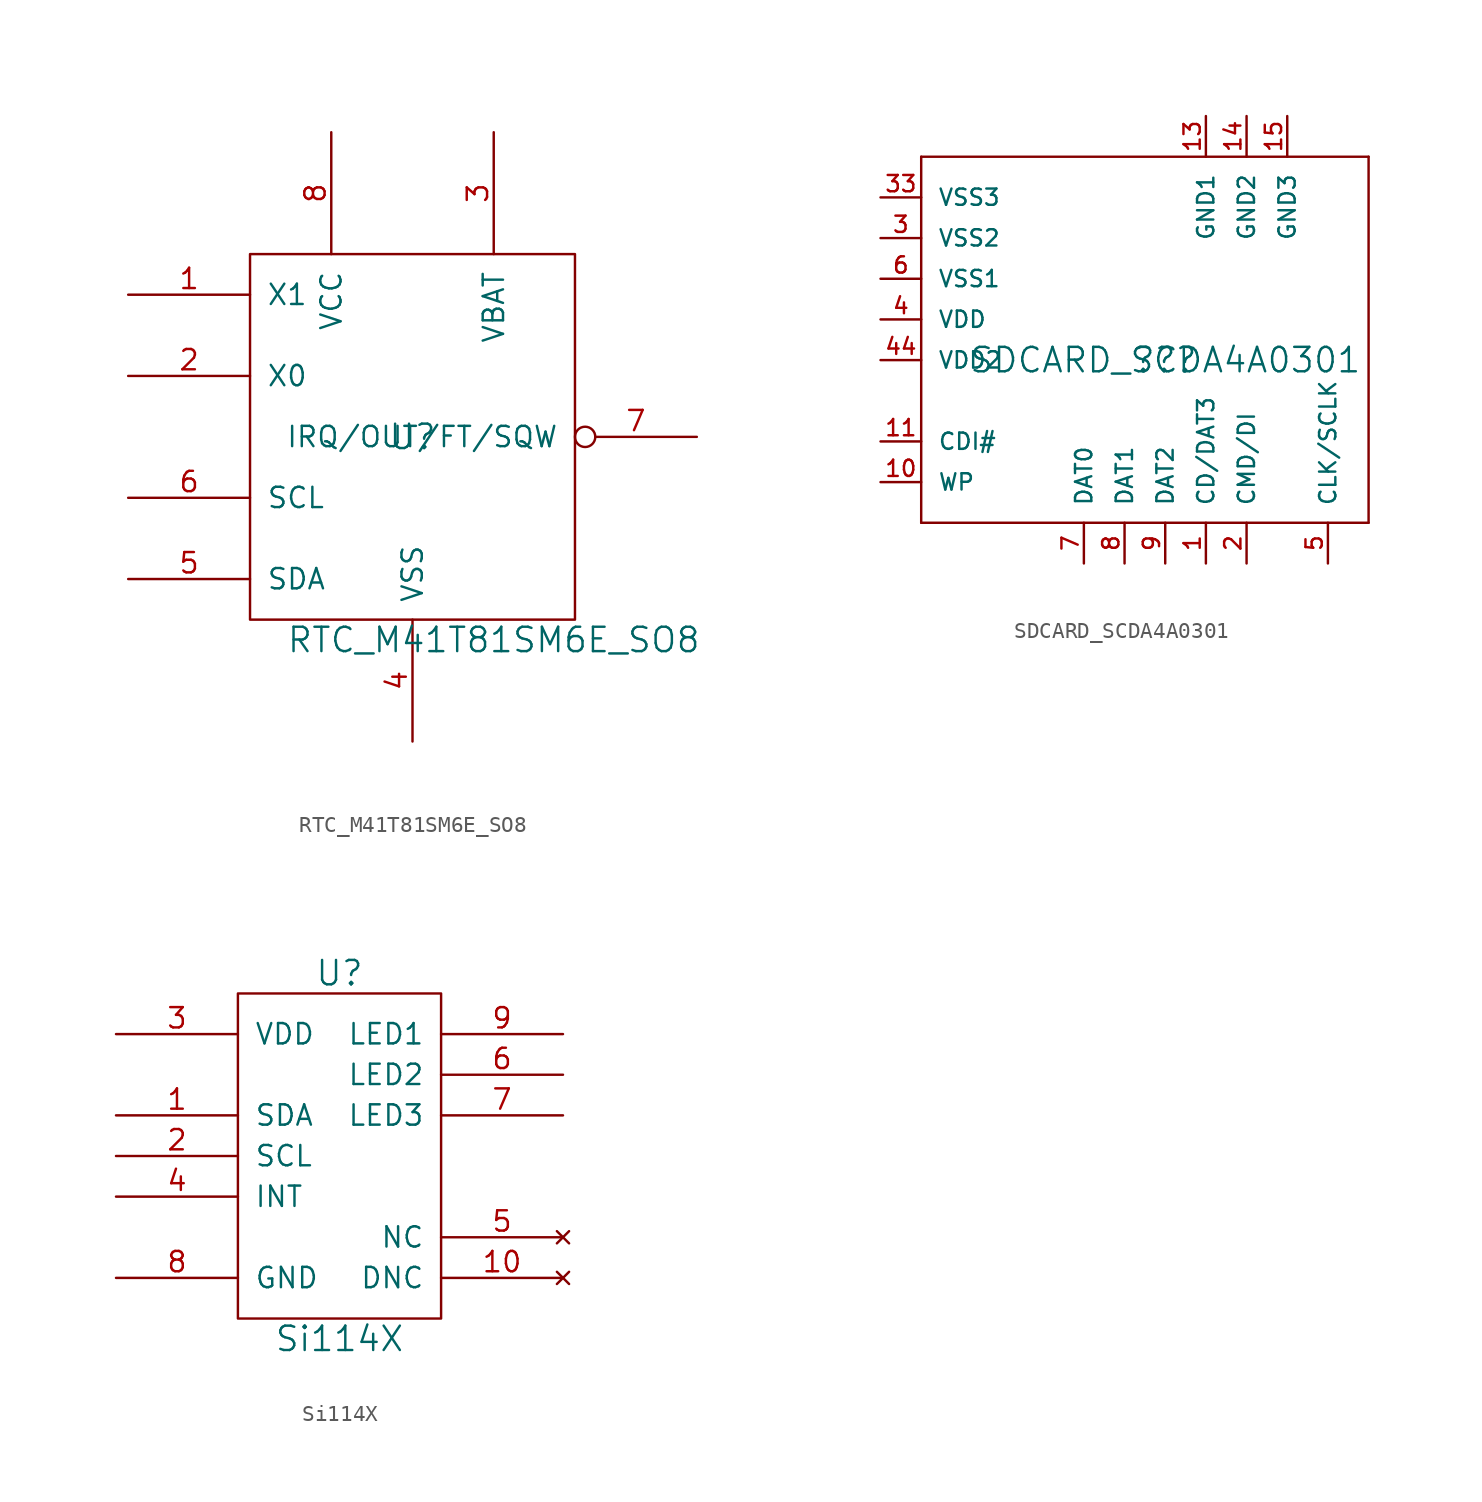
<source format=kicad_sym>
(kicad_symbol_lib
  (version 20220914)
  (generator kicad_symbol_editor)
  (symbol "RTC_M41T81SM6E_SO8"
    (pin_names
      (offset 1.016))
    (property "Reference" "U"
      (at 0 0 0)
      (effects (font (size 1.524 1.524))))
    (property "Value" "RTC_M41T81SM6E_SO8"
      (at 5.08 -12.7 0)
      (effects (font (size 1.524 1.524))))
    (property "Footprint" ""
      (at 0 0 0)
      (effects (font (size 1.524 1.524))))
    (property "Datasheet" ""
      (at 0 0 0)
      (effects (font (size 1.524 1.524))))
    (symbol "RTC_M41T81SM6E_SO8_0_1"
      (rectangle (start -10.16 11.43) (end 10.16 -11.43) (stroke (width 0) (type solid)) (fill (type none))))
    (symbol "RTC_M41T81SM6E_SO8_1_1"
      (pin input line (at -17.78 8.89 0) (length 7.62) (name "X1" (effects (font (size 1.27 1.27)))) (number "1" (effects (font (size 1.27 1.27)))))
      (pin input line (at -17.78 3.81 0) (length 7.62) (name "X0" (effects (font (size 1.27 1.27)))) (number "2" (effects (font (size 1.27 1.27)))))
      (pin input line (at 5.08 19.05 270) (length 7.62) (name "VBAT" (effects (font (size 1.27 1.27)))) (number "3" (effects (font (size 1.27 1.27)))))
      (pin input line (at 0 -19.05 90) (length 7.62) (name "VSS" (effects (font (size 1.27 1.27)))) (number "4" (effects (font (size 1.27 1.27)))))
      (pin input line (at -17.78 -8.89 0) (length 7.62) (name "SDA" (effects (font (size 1.27 1.27)))) (number "5" (effects (font (size 1.27 1.27)))))
      (pin input line (at -17.78 -3.81 0) (length 7.62) (name "SCL" (effects (font (size 1.27 1.27)))) (number "6" (effects (font (size 1.27 1.27)))))
      (pin input inverted (at 17.78 0 180) (length 7.62) (name "IRQ/OUT/FT/SQW" (effects (font (size 1.27 1.27)))) (number "7" (effects (font (size 1.27 1.27)))))
      (pin input line (at -5.08 19.05 270) (length 7.62) (name "VCC" (effects (font (size 1.27 1.27)))) (number "8" (effects (font (size 1.27 1.27)))))))
  (symbol "SDCARD_SCDA4A0301"
    (pin_names
      (offset 1.016))
    (property "Reference" "??"
      (at 0 0 0)
      (effects (font (size 1.524 1.524))))
    (property "Value" "SDCARD_SCDA4A0301"
      (at 0 0 0)
      (effects (font (size 1.524 1.524))))
    (property "Footprint" ""
      (at 0 0 0)
      (effects (font (size 1.524 1.524))))
    (property "Datasheet" ""
      (at 0 0 0)
      (effects (font (size 1.524 1.524))))
    (property "ki_locked" ""
      (at 0 0 0)
      (effects (font (size 1.27 1.27))))
    (symbol "SDCARD_SCDA4A0301_1_0"
      (polyline (pts (xy -15.24 -10.16) (xy 12.7 -10.16)) (stroke (width 0) (type solid)) (fill (type none)))
      (polyline (pts (xy -15.24 12.7) (xy -15.24 -10.16)) (stroke (width 0) (type solid)) (fill (type none)))
      (polyline (pts (xy 12.7 -10.16) (xy 12.7 12.7)) (stroke (width 0) (type solid)) (fill (type none)))
      (polyline (pts (xy 12.7 12.7) (xy -15.24 12.7)) (stroke (width 0) (type solid)) (fill (type none))))
    (symbol "SDCARD_SCDA4A0301_1_1"
      (pin bidirectional line (at 2.54 -12.7 90) (length 2.54) (name "CD/DAT3" (effects (font (size 1.016 1.016)))) (number "1" (effects (font (size 1.016 1.016)))))
      (pin output line (at -17.78 -7.62 0) (length 2.54) (name "WP" (effects (font (size 1.016 1.016)))) (number "10" (effects (font (size 1.016 1.016)))))
      (pin output line (at -17.78 -5.08 0) (length 2.54) (name "CDI#" (effects (font (size 1.016 1.016)))) (number "11" (effects (font (size 1.016 1.016)))))
      (pin power_in line (at 2.54 15.24 270) (length 2.54) (name "GND1" (effects (font (size 1.016 1.016)))) (number "13" (effects (font (size 1.016 1.016)))))
      (pin power_in line (at 5.08 15.24 270) (length 2.54) (name "GND2" (effects (font (size 1.016 1.016)))) (number "14" (effects (font (size 1.016 1.016)))))
      (pin power_in line (at 7.62 15.24 270) (length 2.54) (name "GND3" (effects (font (size 1.016 1.016)))) (number "15" (effects (font (size 1.016 1.016)))))
      (pin bidirectional line (at 5.08 -12.7 90) (length 2.54) (name "CMD/DI" (effects (font (size 1.016 1.016)))) (number "2" (effects (font (size 1.016 1.016)))))
      (pin power_in line (at -17.78 7.62 0) (length 2.54) (name "VSS2" (effects (font (size 1.016 1.016)))) (number "3" (effects (font (size 1.016 1.016)))))
      (pin bidirectional line (at -17.78 10.16 0) (length 2.54) (name "VSS3" (effects (font (size 1.016 1.016)))) (number "33" (effects (font (size 1.016 1.016)))))
      (pin power_in line (at -17.78 2.54 0) (length 2.54) (name "VDD" (effects (font (size 1.016 1.016)))) (number "4" (effects (font (size 1.016 1.016)))))
      (pin bidirectional line (at -17.78 0 0) (length 2.54) (name "VDD2" (effects (font (size 1.016 1.016)))) (number "44" (effects (font (size 1.016 1.016)))))
      (pin bidirectional line (at 10.16 -12.7 90) (length 2.54) (name "CLK/SCLK" (effects (font (size 1.016 1.016)))) (number "5" (effects (font (size 1.016 1.016)))))
      (pin power_in line (at -17.78 5.08 0) (length 2.54) (name "VSS1" (effects (font (size 1.016 1.016)))) (number "6" (effects (font (size 1.016 1.016)))))
      (pin bidirectional line (at -5.08 -12.7 90) (length 2.54) (name "DAT0" (effects (font (size 1.016 1.016)))) (number "7" (effects (font (size 1.016 1.016)))))
      (pin bidirectional line (at -2.54 -12.7 90) (length 2.54) (name "DAT1" (effects (font (size 1.016 1.016)))) (number "8" (effects (font (size 1.016 1.016)))))
      (pin bidirectional line (at 0 -12.7 90) (length 2.54) (name "DAT2" (effects (font (size 1.016 1.016)))) (number "9" (effects (font (size 1.016 1.016)))))))
  (symbol "Si114X"
    (pin_names
      (offset 1.016))
    (property "Reference" "U"
      (at 0 11.43 0)
      (effects (font (size 1.524 1.524))))
    (property "Value" "Si114X"
      (at 0 -11.43 0)
      (effects (font (size 1.524 1.524))))
    (property "Footprint" ""
      (at 0 0 0)
      (effects (font (size 1.524 1.524))))
    (property "Datasheet" ""
      (at 0 0 0)
      (effects (font (size 1.524 1.524))))
    (symbol "Si114X_0_1"
      (rectangle (start -6.35 10.16) (end 6.35 -10.16) (stroke (width 0) (type solid)) (fill (type none))))
    (symbol "Si114X_1_1"
      (pin bidirectional line (at -13.97 2.54 0) (length 7.62) (name "SDA" (effects (font (size 1.27 1.27)))) (number "1" (effects (font (size 1.27 1.27)))))
      (pin no_connect line (at 13.97 -7.62 180) (length 7.62) (name "DNC" (effects (font (size 1.27 1.27)))) (number "10" (effects (font (size 1.27 1.27)))))
      (pin bidirectional line (at -13.97 0 0) (length 7.62) (name "SCL" (effects (font (size 1.27 1.27)))) (number "2" (effects (font (size 1.27 1.27)))))
      (pin power_in line (at -13.97 7.62 0) (length 7.62) (name "VDD" (effects (font (size 1.27 1.27)))) (number "3" (effects (font (size 1.27 1.27)))))
      (pin output line (at -13.97 -2.54 0) (length 7.62) (name "INT" (effects (font (size 1.27 1.27)))) (number "4" (effects (font (size 1.27 1.27)))))
      (pin no_connect line (at 13.97 -5.08 180) (length 7.62) (name "NC" (effects (font (size 1.27 1.27)))) (number "5" (effects (font (size 1.27 1.27)))))
      (pin bidirectional line (at 13.97 5.08 180) (length 7.62) (name "LED2" (effects (font (size 1.27 1.27)))) (number "6" (effects (font (size 1.27 1.27)))))
      (pin bidirectional line (at 13.97 2.54 180) (length 7.62) (name "LED3" (effects (font (size 1.27 1.27)))) (number "7" (effects (font (size 1.27 1.27)))))
      (pin power_in line (at -13.97 -7.62 0) (length 7.62) (name "GND" (effects (font (size 1.27 1.27)))) (number "8" (effects (font (size 1.27 1.27)))))
      (pin output line (at 13.97 7.62 180) (length 7.62) (name "LED1" (effects (font (size 1.27 1.27)))) (number "9" (effects (font (size 1.27 1.27))))))))
</source>
